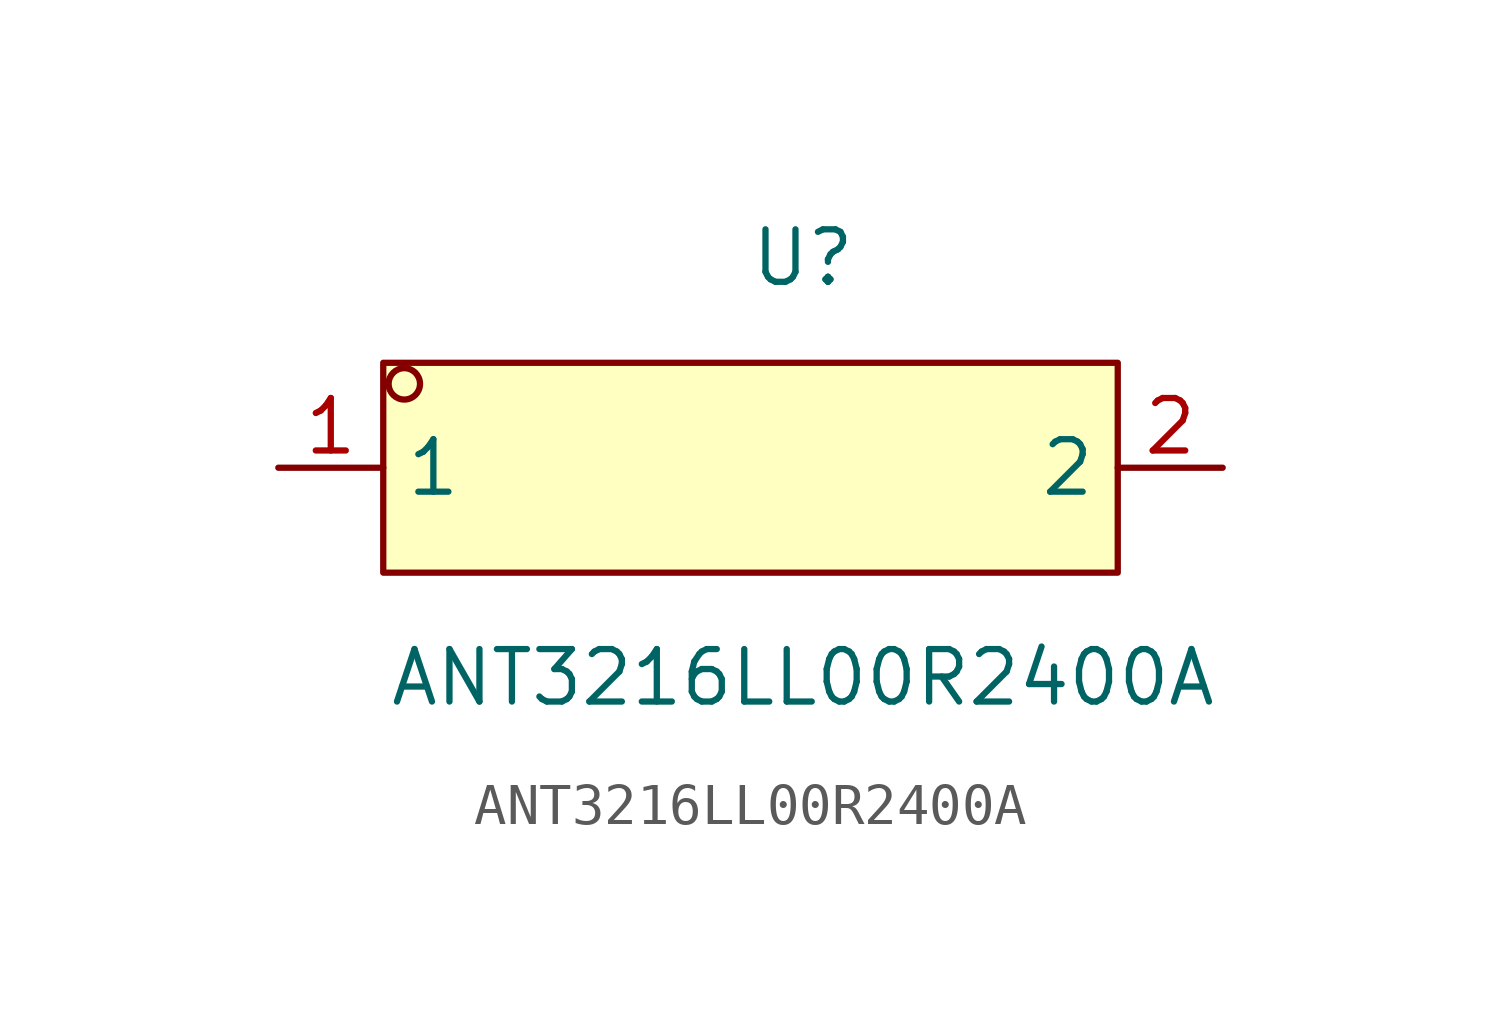
<source format=kicad_sym>
(kicad_symbol_lib
  (version 20211014)
  (generator https://github.com/uPesy/easyeda2kicad.py)
  (symbol "ANT3216LL00R2400A"
    (property "Reference" "U"
      (at 0 5.08 0)
      (effects (font (size 1.27 1.27))))
    (property "Value" "ANT3216LL00R2400A"
      (at 0 -5.08 0)
      (effects (font (size 1.27 1.27))))
    (symbol "ANT3216LL00R2400A_0_1"
      (rectangle (start -10.16 2.54) (end 7.62 -2.54) (stroke (width 0) (type default) (color 0 0 0 0)) (fill (type background)))
      (circle (center -9.65 2.03) (radius 0.38) (stroke (width 0) (type default) (color 0 0 0 0)) (fill (type none)))
      (pin unspecified line (at -12.70 -0.00 0) (length 2.54) (name "1" (effects (font (size 1.27 1.27)))) (number "1" (effects (font (size 1.27 1.27)))))
      (pin unspecified line (at 10.16 -0.00 180) (length 2.54) (name "2" (effects (font (size 1.27 1.27)))) (number "2" (effects (font (size 1.27 1.27))))))))
</source>
